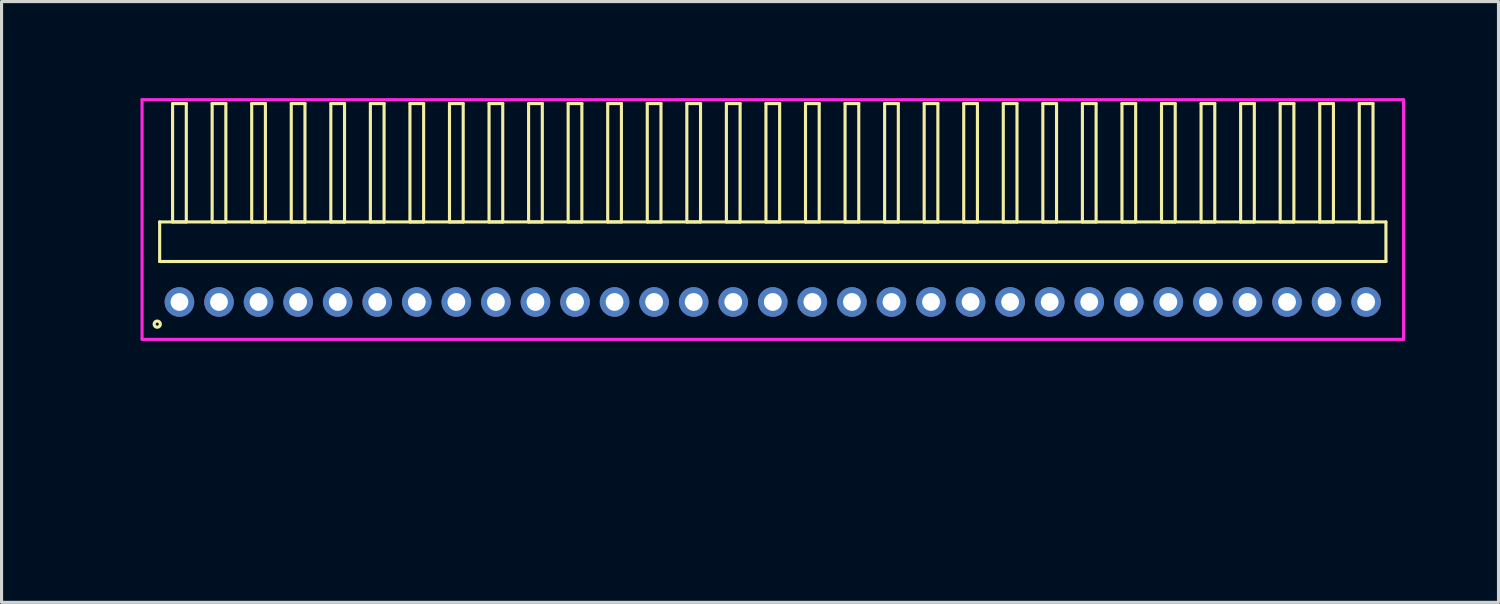
<source format=kicad_pcb>
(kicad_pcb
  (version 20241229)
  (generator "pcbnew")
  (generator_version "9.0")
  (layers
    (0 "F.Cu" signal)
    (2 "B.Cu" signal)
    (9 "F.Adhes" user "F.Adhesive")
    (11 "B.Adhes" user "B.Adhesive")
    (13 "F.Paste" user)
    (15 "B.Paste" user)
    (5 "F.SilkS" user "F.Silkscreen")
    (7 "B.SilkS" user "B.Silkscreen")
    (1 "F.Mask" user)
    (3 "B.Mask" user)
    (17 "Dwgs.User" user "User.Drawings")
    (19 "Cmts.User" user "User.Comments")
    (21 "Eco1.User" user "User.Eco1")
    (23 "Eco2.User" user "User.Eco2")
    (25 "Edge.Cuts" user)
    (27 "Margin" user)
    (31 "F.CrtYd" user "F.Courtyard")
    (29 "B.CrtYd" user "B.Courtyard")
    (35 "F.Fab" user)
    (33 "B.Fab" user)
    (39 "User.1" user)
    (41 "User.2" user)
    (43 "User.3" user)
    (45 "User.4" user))
  (footprint "HDR_RA127P31x1"
    (layer "F.Cu")
    (at 21.761 6.645)
    (property "Reference" "HDR_RA127P31x1" (at -21 0 90) (layer "User.1") (effects (font (size 1 1) (thickness 0.1))))
    (attr through_hole)
    (fp_line (start -19.685 -2.57) (end -19.685 -1.3) (stroke (width 0.1) (type solid)) (layer "F.SilkS"))
    (fp_line (start -19.685 -1.3) (end 19.685 -1.3) (stroke (width 0.1) (type solid)) (layer "F.SilkS"))
    (fp_line (start -19.27 -6.37) (end -19.27 -2.57) (stroke (width 0.1) (type solid)) (layer "F.SilkS"))
    (fp_line (start -19.27 -2.57) (end -18.83 -2.57) (stroke (width 0.1) (type solid)) (layer "F.SilkS"))
    (fp_line (start -18.83 -6.37) (end -19.27 -6.37) (stroke (width 0.1) (type solid)) (layer "F.SilkS"))
    (fp_line (start -18.83 -2.57) (end -18.83 -6.37) (stroke (width 0.1) (type solid)) (layer "F.SilkS"))
    (fp_line (start -18 -6.37) (end -18 -2.57) (stroke (width 0.1) (type solid)) (layer "F.SilkS"))
    (fp_line (start -18 -2.57) (end -17.56 -2.57) (stroke (width 0.1) (type solid)) (layer "F.SilkS"))
    (fp_line (start -17.56 -6.37) (end -18 -6.37) (stroke (width 0.1) (type solid)) (layer "F.SilkS"))
    (fp_line (start -17.56 -2.57) (end -17.56 -6.37) (stroke (width 0.1) (type solid)) (layer "F.SilkS"))
    (fp_line (start -16.73 -6.37) (end -16.73 -2.57) (stroke (width 0.1) (type solid)) (layer "F.SilkS"))
    (fp_line (start -16.73 -2.57) (end -16.29 -2.57) (stroke (width 0.1) (type solid)) (layer "F.SilkS"))
    (fp_line (start -16.29 -6.37) (end -16.73 -6.37) (stroke (width 0.1) (type solid)) (layer "F.SilkS"))
    (fp_line (start -16.29 -2.57) (end -16.29 -6.37) (stroke (width 0.1) (type solid)) (layer "F.SilkS"))
    (fp_line (start -15.46 -6.37) (end -15.46 -2.57) (stroke (width 0.1) (type solid)) (layer "F.SilkS"))
    (fp_line (start -15.46 -2.57) (end -15.02 -2.57) (stroke (width 0.1) (type solid)) (layer "F.SilkS"))
    (fp_line (start -15.02 -6.37) (end -15.46 -6.37) (stroke (width 0.1) (type solid)) (layer "F.SilkS"))
    (fp_line (start -15.02 -2.57) (end -15.02 -6.37) (stroke (width 0.1) (type solid)) (layer "F.SilkS"))
    (fp_line (start -14.19 -6.37) (end -14.19 -2.57) (stroke (width 0.1) (type solid)) (layer "F.SilkS"))
    (fp_line (start -14.19 -2.57) (end -13.75 -2.57) (stroke (width 0.1) (type solid)) (layer "F.SilkS"))
    (fp_line (start -13.75 -6.37) (end -14.19 -6.37) (stroke (width 0.1) (type solid)) (layer "F.SilkS"))
    (fp_line (start -13.75 -2.57) (end -13.75 -6.37) (stroke (width 0.1) (type solid)) (layer "F.SilkS"))
    (fp_line (start -12.92 -6.37) (end -12.92 -2.57) (stroke (width 0.1) (type solid)) (layer "F.SilkS"))
    (fp_line (start -12.92 -2.57) (end -12.48 -2.57) (stroke (width 0.1) (type solid)) (layer "F.SilkS"))
    (fp_line (start -12.48 -6.37) (end -12.92 -6.37) (stroke (width 0.1) (type solid)) (layer "F.SilkS"))
    (fp_line (start -12.48 -2.57) (end -12.48 -6.37) (stroke (width 0.1) (type solid)) (layer "F.SilkS"))
    (fp_line (start -11.65 -6.37) (end -11.65 -2.57) (stroke (width 0.1) (type solid)) (layer "F.SilkS"))
    (fp_line (start -11.65 -2.57) (end -11.21 -2.57) (stroke (width 0.1) (type solid)) (layer "F.SilkS"))
    (fp_line (start -11.21 -6.37) (end -11.65 -6.37) (stroke (width 0.1) (type solid)) (layer "F.SilkS"))
    (fp_line (start -11.21 -2.57) (end -11.21 -6.37) (stroke (width 0.1) (type solid)) (layer "F.SilkS"))
    (fp_line (start -10.38 -6.37) (end -10.38 -2.57) (stroke (width 0.1) (type solid)) (layer "F.SilkS"))
    (fp_line (start -10.38 -2.57) (end -9.94 -2.57) (stroke (width 0.1) (type solid)) (layer "F.SilkS"))
    (fp_line (start -9.94 -6.37) (end -10.38 -6.37) (stroke (width 0.1) (type solid)) (layer "F.SilkS"))
    (fp_line (start -9.94 -2.57) (end -9.94 -6.37) (stroke (width 0.1) (type solid)) (layer "F.SilkS"))
    (fp_line (start -9.11 -6.37) (end -9.11 -2.57) (stroke (width 0.1) (type solid)) (layer "F.SilkS"))
    (fp_line (start -9.11 -2.57) (end -8.67 -2.57) (stroke (width 0.1) (type solid)) (layer "F.SilkS"))
    (fp_line (start -8.67 -6.37) (end -9.11 -6.37) (stroke (width 0.1) (type solid)) (layer "F.SilkS"))
    (fp_line (start -8.67 -2.57) (end -8.67 -6.37) (stroke (width 0.1) (type solid)) (layer "F.SilkS"))
    (fp_line (start -7.84 -6.37) (end -7.84 -2.57) (stroke (width 0.1) (type solid)) (layer "F.SilkS"))
    (fp_line (start -7.84 -2.57) (end -7.4 -2.57) (stroke (width 0.1) (type solid)) (layer "F.SilkS"))
    (fp_line (start -7.4 -6.37) (end -7.84 -6.37) (stroke (width 0.1) (type solid)) (layer "F.SilkS"))
    (fp_line (start -7.4 -2.57) (end -7.4 -6.37) (stroke (width 0.1) (type solid)) (layer "F.SilkS"))
    (fp_line (start -6.57 -6.37) (end -6.57 -2.57) (stroke (width 0.1) (type solid)) (layer "F.SilkS"))
    (fp_line (start -6.57 -2.57) (end -6.13 -2.57) (stroke (width 0.1) (type solid)) (layer "F.SilkS"))
    (fp_line (start -6.13 -6.37) (end -6.57 -6.37) (stroke (width 0.1) (type solid)) (layer "F.SilkS"))
    (fp_line (start -6.13 -2.57) (end -6.13 -6.37) (stroke (width 0.1) (type solid)) (layer "F.SilkS"))
    (fp_line (start -5.3 -6.37) (end -5.3 -2.57) (stroke (width 0.1) (type solid)) (layer "F.SilkS"))
    (fp_line (start -5.3 -2.57) (end -4.86 -2.57) (stroke (width 0.1) (type solid)) (layer "F.SilkS"))
    (fp_line (start -4.86 -6.37) (end -5.3 -6.37) (stroke (width 0.1) (type solid)) (layer "F.SilkS"))
    (fp_line (start -4.86 -2.57) (end -4.86 -6.37) (stroke (width 0.1) (type solid)) (layer "F.SilkS"))
    (fp_line (start -4.03 -6.37) (end -4.03 -2.57) (stroke (width 0.1) (type solid)) (layer "F.SilkS"))
    (fp_line (start -4.03 -2.57) (end -3.59 -2.57) (stroke (width 0.1) (type solid)) (layer "F.SilkS"))
    (fp_line (start -3.59 -6.37) (end -4.03 -6.37) (stroke (width 0.1) (type solid)) (layer "F.SilkS"))
    (fp_line (start -3.59 -2.57) (end -3.59 -6.37) (stroke (width 0.1) (type solid)) (layer "F.SilkS"))
    (fp_line (start -2.76 -6.37) (end -2.76 -2.57) (stroke (width 0.1) (type solid)) (layer "F.SilkS"))
    (fp_line (start -2.76 -2.57) (end -2.32 -2.57) (stroke (width 0.1) (type solid)) (layer "F.SilkS"))
    (fp_line (start -2.32 -6.37) (end -2.76 -6.37) (stroke (width 0.1) (type solid)) (layer "F.SilkS"))
    (fp_line (start -2.32 -2.57) (end -2.32 -6.37) (stroke (width 0.1) (type solid)) (layer "F.SilkS"))
    (fp_line (start -1.49 -6.37) (end -1.49 -2.57) (stroke (width 0.1) (type solid)) (layer "F.SilkS"))
    (fp_line (start -1.49 -2.57) (end -1.05 -2.57) (stroke (width 0.1) (type solid)) (layer "F.SilkS"))
    (fp_line (start -1.05 -6.37) (end -1.49 -6.37) (stroke (width 0.1) (type solid)) (layer "F.SilkS"))
    (fp_line (start -1.05 -2.57) (end -1.05 -6.37) (stroke (width 0.1) (type solid)) (layer "F.SilkS"))
    (fp_line (start -0.22 -6.37) (end -0.22 -2.57) (stroke (width 0.1) (type solid)) (layer "F.SilkS"))
    (fp_line (start -0.22 -2.57) (end 0.22 -2.57) (stroke (width 0.1) (type solid)) (layer "F.SilkS"))
    (fp_line (start 0.22 -6.37) (end -0.22 -6.37) (stroke (width 0.1) (type solid)) (layer "F.SilkS"))
    (fp_line (start 0.22 -2.57) (end 0.22 -6.37) (stroke (width 0.1) (type solid)) (layer "F.SilkS"))
    (fp_line (start 1.05 -6.37) (end 1.05 -2.57) (stroke (width 0.1) (type solid)) (layer "F.SilkS"))
    (fp_line (start 1.05 -2.57) (end 1.49 -2.57) (stroke (width 0.1) (type solid)) (layer "F.SilkS"))
    (fp_line (start 1.49 -6.37) (end 1.05 -6.37) (stroke (width 0.1) (type solid)) (layer "F.SilkS"))
    (fp_line (start 1.49 -2.57) (end 1.49 -6.37) (stroke (width 0.1) (type solid)) (layer "F.SilkS"))
    (fp_line (start 2.32 -6.37) (end 2.32 -2.57) (stroke (width 0.1) (type solid)) (layer "F.SilkS"))
    (fp_line (start 2.32 -2.57) (end 2.76 -2.57) (stroke (width 0.1) (type solid)) (layer "F.SilkS"))
    (fp_line (start 2.76 -6.37) (end 2.32 -6.37) (stroke (width 0.1) (type solid)) (layer "F.SilkS"))
    (fp_line (start 2.76 -2.57) (end 2.76 -6.37) (stroke (width 0.1) (type solid)) (layer "F.SilkS"))
    (fp_line (start 3.59 -6.37) (end 3.59 -2.57) (stroke (width 0.1) (type solid)) (layer "F.SilkS"))
    (fp_line (start 3.59 -2.57) (end 4.03 -2.57) (stroke (width 0.1) (type solid)) (layer "F.SilkS"))
    (fp_line (start 4.03 -6.37) (end 3.59 -6.37) (stroke (width 0.1) (type solid)) (layer "F.SilkS"))
    (fp_line (start 4.03 -2.57) (end 4.03 -6.37) (stroke (width 0.1) (type solid)) (layer "F.SilkS"))
    (fp_line (start 4.86 -6.37) (end 4.86 -2.57) (stroke (width 0.1) (type solid)) (layer "F.SilkS"))
    (fp_line (start 4.86 -2.57) (end 5.3 -2.57) (stroke (width 0.1) (type solid)) (layer "F.SilkS"))
    (fp_line (start 5.3 -6.37) (end 4.86 -6.37) (stroke (width 0.1) (type solid)) (layer "F.SilkS"))
    (fp_line (start 5.3 -2.57) (end 5.3 -6.37) (stroke (width 0.1) (type solid)) (layer "F.SilkS"))
    (fp_line (start 6.13 -6.37) (end 6.13 -2.57) (stroke (width 0.1) (type solid)) (layer "F.SilkS"))
    (fp_line (start 6.13 -2.57) (end 6.57 -2.57) (stroke (width 0.1) (type solid)) (layer "F.SilkS"))
    (fp_line (start 6.57 -6.37) (end 6.13 -6.37) (stroke (width 0.1) (type solid)) (layer "F.SilkS"))
    (fp_line (start 6.57 -2.57) (end 6.57 -6.37) (stroke (width 0.1) (type solid)) (layer "F.SilkS"))
    (fp_line (start 7.4 -6.37) (end 7.4 -2.57) (stroke (width 0.1) (type solid)) (layer "F.SilkS"))
    (fp_line (start 7.4 -2.57) (end 7.84 -2.57) (stroke (width 0.1) (type solid)) (layer "F.SilkS"))
    (fp_line (start 7.84 -6.37) (end 7.4 -6.37) (stroke (width 0.1) (type solid)) (layer "F.SilkS"))
    (fp_line (start 7.84 -2.57) (end 7.84 -6.37) (stroke (width 0.1) (type solid)) (layer "F.SilkS"))
    (fp_line (start 8.67 -6.37) (end 8.67 -2.57) (stroke (width 0.1) (type solid)) (layer "F.SilkS"))
    (fp_line (start 8.67 -2.57) (end 9.11 -2.57) (stroke (width 0.1) (type solid)) (layer "F.SilkS"))
    (fp_line (start 9.11 -6.37) (end 8.67 -6.37) (stroke (width 0.1) (type solid)) (layer "F.SilkS"))
    (fp_line (start 9.11 -2.57) (end 9.11 -6.37) (stroke (width 0.1) (type solid)) (layer "F.SilkS"))
    (fp_line (start 9.94 -6.37) (end 9.94 -2.57) (stroke (width 0.1) (type solid)) (layer "F.SilkS"))
    (fp_line (start 9.94 -2.57) (end 10.38 -2.57) (stroke (width 0.1) (type solid)) (layer "F.SilkS"))
    (fp_line (start 10.38 -6.37) (end 9.94 -6.37) (stroke (width 0.1) (type solid)) (layer "F.SilkS"))
    (fp_line (start 10.38 -2.57) (end 10.38 -6.37) (stroke (width 0.1) (type solid)) (layer "F.SilkS"))
    (fp_line (start 11.21 -6.37) (end 11.21 -2.57) (stroke (width 0.1) (type solid)) (layer "F.SilkS"))
    (fp_line (start 11.21 -2.57) (end 11.65 -2.57) (stroke (width 0.1) (type solid)) (layer "F.SilkS"))
    (fp_line (start 11.65 -6.37) (end 11.21 -6.37) (stroke (width 0.1) (type solid)) (layer "F.SilkS"))
    (fp_line (start 11.65 -2.57) (end 11.65 -6.37) (stroke (width 0.1) (type solid)) (layer "F.SilkS"))
    (fp_line (start 12.48 -6.37) (end 12.48 -2.57) (stroke (width 0.1) (type solid)) (layer "F.SilkS"))
    (fp_line (start 12.48 -2.57) (end 12.92 -2.57) (stroke (width 0.1) (type solid)) (layer "F.SilkS"))
    (fp_line (start 12.92 -6.37) (end 12.48 -6.37) (stroke (width 0.1) (type solid)) (layer "F.SilkS"))
    (fp_line (start 12.92 -2.57) (end 12.92 -6.37) (stroke (width 0.1) (type solid)) (layer "F.SilkS"))
    (fp_line (start 13.75 -6.37) (end 13.75 -2.57) (stroke (width 0.1) (type solid)) (layer "F.SilkS"))
    (fp_line (start 13.75 -2.57) (end 14.19 -2.57) (stroke (width 0.1) (type solid)) (layer "F.SilkS"))
    (fp_line (start 14.19 -6.37) (end 13.75 -6.37) (stroke (width 0.1) (type solid)) (layer "F.SilkS"))
    (fp_line (start 14.19 -2.57) (end 14.19 -6.37) (stroke (width 0.1) (type solid)) (layer "F.SilkS"))
    (fp_line (start 15.02 -6.37) (end 15.02 -2.57) (stroke (width 0.1) (type solid)) (layer "F.SilkS"))
    (fp_line (start 15.02 -2.57) (end 15.46 -2.57) (stroke (width 0.1) (type solid)) (layer "F.SilkS"))
    (fp_line (start 15.46 -6.37) (end 15.02 -6.37) (stroke (width 0.1) (type solid)) (layer "F.SilkS"))
    (fp_line (start 15.46 -2.57) (end 15.46 -6.37) (stroke (width 0.1) (type solid)) (layer "F.SilkS"))
    (fp_line (start 16.29 -6.37) (end 16.29 -2.57) (stroke (width 0.1) (type solid)) (layer "F.SilkS"))
    (fp_line (start 16.29 -2.57) (end 16.73 -2.57) (stroke (width 0.1) (type solid)) (layer "F.SilkS"))
    (fp_line (start 16.73 -6.37) (end 16.29 -6.37) (stroke (width 0.1) (type solid)) (layer "F.SilkS"))
    (fp_line (start 16.73 -2.57) (end 16.73 -6.37) (stroke (width 0.1) (type solid)) (layer "F.SilkS"))
    (fp_line (start 17.56 -6.37) (end 17.56 -2.57) (stroke (width 0.1) (type solid)) (layer "F.SilkS"))
    (fp_line (start 17.56 -2.57) (end 18 -2.57) (stroke (width 0.1) (type solid)) (layer "F.SilkS"))
    (fp_line (start 18 -6.37) (end 17.56 -6.37) (stroke (width 0.1) (type solid)) (layer "F.SilkS"))
    (fp_line (start 18 -2.57) (end 18 -6.37) (stroke (width 0.1) (type solid)) (layer "F.SilkS"))
    (fp_line (start 18.83 -6.37) (end 18.83 -2.57) (stroke (width 0.1) (type solid)) (layer "F.SilkS"))
    (fp_line (start 18.83 -2.57) (end 19.27 -2.57) (stroke (width 0.1) (type solid)) (layer "F.SilkS"))
    (fp_line (start 19.27 -6.37) (end 18.83 -6.37) (stroke (width 0.1) (type solid)) (layer "F.SilkS"))
    (fp_line (start 19.27 -2.57) (end 19.27 -6.37) (stroke (width 0.1) (type solid)) (layer "F.SilkS"))
    (fp_line (start 19.685 -2.57) (end -19.685 -2.57) (stroke (width 0.1) (type solid)) (layer "F.SilkS"))
    (fp_line (start 19.685 -1.3) (end 19.685 -2.57) (stroke (width 0.1) (type solid)) (layer "F.SilkS"))
    (fp_circle (center -19.763 0.712) (end -19.663 0.712) (stroke (width 0.1) (type solid)) (fill no) (layer "F.SilkS"))
    (fp_line (start -20.25 -6.495) (end -20.25 1.2) (stroke (width 0.1) (type solid)) (layer "F.CrtYd"))
    (fp_line (start -20.25 1.2) (end 20.25 1.2) (stroke (width 0.1) (type solid)) (layer "F.CrtYd"))
    (fp_line (start 20.25 -6.495) (end -20.25 -6.495) (stroke (width 0.1) (type solid)) (layer "F.CrtYd"))
    (fp_line (start 20.25 1.2) (end 20.25 -6.495) (stroke (width 0.1) (type solid)) (layer "F.CrtYd"))
    (pad "1" thru_hole oval (at -19.05 0) (size 0.95 0.95) (drill 0.57) (layers "*.Cu" "*.Mask"))
    (pad "2" thru_hole oval (at -17.78 0) (size 0.95 0.95) (drill 0.57) (layers "*.Cu" "*.Mask"))
    (pad "3" thru_hole oval (at -16.51 0) (size 0.95 0.95) (drill 0.57) (layers "*.Cu" "*.Mask"))
    (pad "4" thru_hole oval (at -15.24 0) (size 0.95 0.95) (drill 0.57) (layers "*.Cu" "*.Mask"))
    (pad "5" thru_hole oval (at -13.97 0) (size 0.95 0.95) (drill 0.57) (layers "*.Cu" "*.Mask"))
    (pad "6" thru_hole oval (at -12.7 0) (size 0.95 0.95) (drill 0.57) (layers "*.Cu" "*.Mask"))
    (pad "7" thru_hole oval (at -11.43 0) (size 0.95 0.95) (drill 0.57) (layers "*.Cu" "*.Mask"))
    (pad "8" thru_hole oval (at -10.16 0) (size 0.95 0.95) (drill 0.57) (layers "*.Cu" "*.Mask"))
    (pad "9" thru_hole oval (at -8.89 0) (size 0.95 0.95) (drill 0.57) (layers "*.Cu" "*.Mask"))
    (pad "10" thru_hole oval (at -7.62 0) (size 0.95 0.95) (drill 0.57) (layers "*.Cu" "*.Mask"))
    (pad "11" thru_hole oval (at -6.35 0) (size 0.95 0.95) (drill 0.57) (layers "*.Cu" "*.Mask"))
    (pad "12" thru_hole oval (at -5.08 0) (size 0.95 0.95) (drill 0.57) (layers "*.Cu" "*.Mask"))
    (pad "13" thru_hole oval (at -3.81 0) (size 0.95 0.95) (drill 0.57) (layers "*.Cu" "*.Mask"))
    (pad "14" thru_hole oval (at -2.54 0) (size 0.95 0.95) (drill 0.57) (layers "*.Cu" "*.Mask"))
    (pad "15" thru_hole oval (at -1.27 0) (size 0.95 0.95) (drill 0.57) (layers "*.Cu" "*.Mask"))
    (pad "16" thru_hole oval (at 0 0) (size 0.95 0.95) (drill 0.57) (layers "*.Cu" "*.Mask"))
    (pad "17" thru_hole oval (at 1.27 0) (size 0.95 0.95) (drill 0.57) (layers "*.Cu" "*.Mask"))
    (pad "18" thru_hole oval (at 2.54 0) (size 0.95 0.95) (drill 0.57) (layers "*.Cu" "*.Mask"))
    (pad "19" thru_hole oval (at 3.81 0) (size 0.95 0.95) (drill 0.57) (layers "*.Cu" "*.Mask"))
    (pad "20" thru_hole oval (at 5.08 0) (size 0.95 0.95) (drill 0.57) (layers "*.Cu" "*.Mask"))
    (pad "21" thru_hole oval (at 6.35 0) (size 0.95 0.95) (drill 0.57) (layers "*.Cu" "*.Mask"))
    (pad "22" thru_hole oval (at 7.62 0) (size 0.95 0.95) (drill 0.57) (layers "*.Cu" "*.Mask"))
    (pad "23" thru_hole oval (at 8.89 0) (size 0.95 0.95) (drill 0.57) (layers "*.Cu" "*.Mask"))
    (pad "24" thru_hole oval (at 10.16 0) (size 0.95 0.95) (drill 0.57) (layers "*.Cu" "*.Mask"))
    (pad "25" thru_hole oval (at 11.43 0) (size 0.95 0.95) (drill 0.57) (layers "*.Cu" "*.Mask"))
    (pad "26" thru_hole oval (at 12.7 0) (size 0.95 0.95) (drill 0.57) (layers "*.Cu" "*.Mask"))
    (pad "27" thru_hole oval (at 13.97 0) (size 0.95 0.95) (drill 0.57) (layers "*.Cu" "*.Mask"))
    (pad "28" thru_hole oval (at 15.24 0) (size 0.95 0.95) (drill 0.57) (layers "*.Cu" "*.Mask"))
    (pad "29" thru_hole oval (at 16.51 0) (size 0.95 0.95) (drill 0.57) (layers "*.Cu" "*.Mask"))
    (pad "30" thru_hole oval (at 17.78 0) (size 0.95 0.95) (drill 0.57) (layers "*.Cu" "*.Mask"))
    (pad "31" thru_hole oval (at 19.05 0) (size 0.95 0.95) (drill 0.57) (layers "*.Cu" "*.Mask")))
  (gr_rect
    (start -3 -3)
    (end 45.06 16.29)
    (stroke (width 0.1) (type default))
    (fill no)
    (layer "Edge.Cuts")))
</source>
